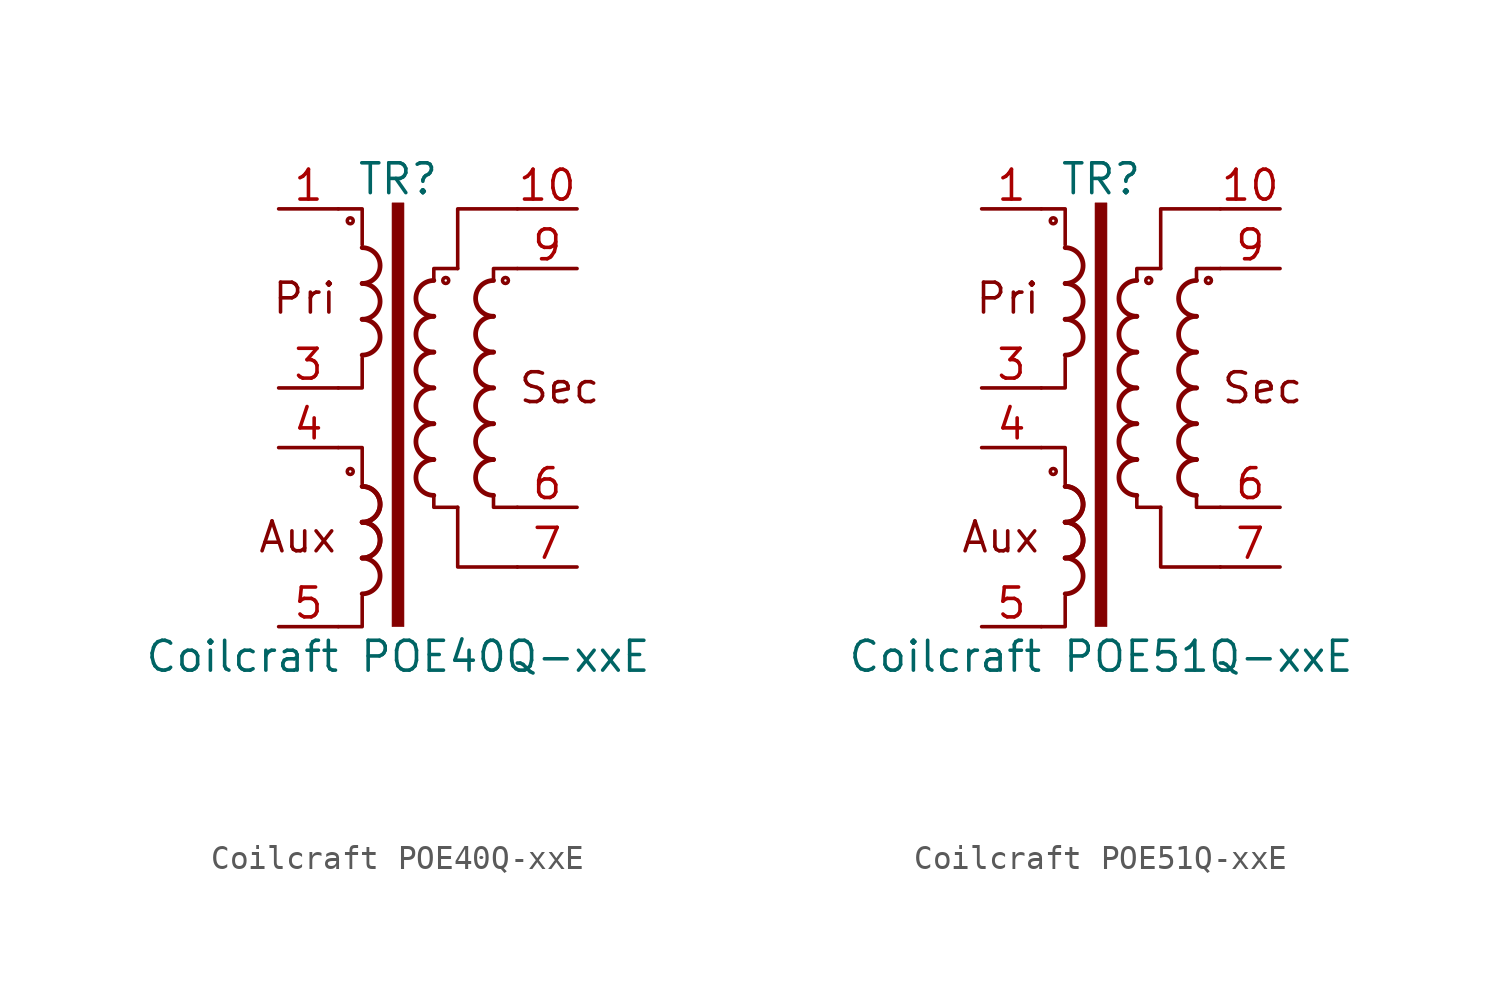
<source format=kicad_sym>
(kicad_symbol_lib
  (version 20220914)
  (generator kicad_symbol_editor)
  (symbol "Coilcraft POE40Q-xxE"
    (property "Reference" "TR"
      (at 0 8.89 0)
      (effects (font (size 1.27 1.27))))
    (property "Value" "Coilcraft POE40Q-xxE"
      (at 0 -11.43 0)
      (effects (font (size 1.27 1.27))))
    (symbol "Coilcraft POE40Q-xxE_0_1"
      (circle (center -2.032 -3.556) (radius 0.127) (stroke (width 0) (type default)) (fill (type none)))
      (circle (center -2.032 7.112) (radius 0.127) (stroke (width 0) (type default)) (fill (type none)))
      (arc (start -1.524 -8.763) (mid -0.7653 -8.001) (end -1.524 -7.239) (stroke (width 0.2032) (type default)) (fill (type none)))
      (arc (start -1.524 -7.239) (mid -0.7653 -6.477) (end -1.524 -5.715) (stroke (width 0.2032) (type default)) (fill (type none)))
      (arc (start -1.524 -7.239) (mid -0.7653 -6.477) (end -1.524 -5.715) (stroke (width 0.2032) (type default)) (fill (type none)))
      (arc (start -1.524 -5.715) (mid -0.7653 -4.953) (end -1.524 -4.191) (stroke (width 0.2032) (type default)) (fill (type none)))
      (arc (start -1.524 -5.715) (mid -0.7653 -4.953) (end -1.524 -4.191) (stroke (width 0.2032) (type default)) (fill (type none)))
      (arc (start -1.524 1.397) (mid -0.7653 2.159) (end -1.524 2.921) (stroke (width 0.2032) (type default)) (fill (type none)))
      (arc (start -1.524 2.921) (mid -0.7653 3.683) (end -1.524 4.445) (stroke (width 0.2032) (type default)) (fill (type none)))
      (arc (start -1.524 4.445) (mid -0.7653 5.207) (end -1.524 5.969) (stroke (width 0.2032) (type default)) (fill (type none)))
      (rectangle (start -0.254 7.874) (end 0.254 -10.16) (stroke (width 0.025) (type default)) (fill (type outline)))
      (polyline (pts (xy -2.54 -2.54) (xy -1.524 -2.54) (xy -1.524 -4.064)) (stroke (width 0) (type default)) (fill (type none)))
      (polyline (pts (xy -2.54 0) (xy -1.524 0) (xy -1.524 1.27)) (stroke (width 0) (type default)) (fill (type none)))
      (polyline (pts (xy -2.54 7.62) (xy -1.524 7.62) (xy -1.524 6.096)) (stroke (width 0) (type default)) (fill (type none)))
      (polyline (pts (xy -1.524 -8.89) (xy -1.524 -10.16) (xy -2.54 -10.16)) (stroke (width 0) (type default)) (fill (type none)))
      (polyline (pts (xy 1.524 -4.572) (xy 1.524 -5.08) (xy 2.54 -5.08)) (stroke (width 0) (type default)) (fill (type none)))
      (polyline (pts (xy 1.524 4.572) (xy 1.524 5.08) (xy 2.54 5.08)) (stroke (width 0) (type default)) (fill (type none)))
      (polyline (pts (xy 2.54 -5.08) (xy 2.54 -7.62) (xy 5.08 -7.62)) (stroke (width 0) (type default)) (fill (type none)))
      (polyline (pts (xy 2.54 5.08) (xy 2.54 7.62) (xy 5.08 7.62)) (stroke (width 0) (type default)) (fill (type none)))
      (polyline (pts (xy 4.064 -4.572) (xy 4.064 -5.08) (xy 5.08 -5.08)) (stroke (width 0) (type default)) (fill (type none)))
      (polyline (pts (xy 4.064 4.572) (xy 4.064 5.08) (xy 5.08 5.08)) (stroke (width 0) (type default)) (fill (type none)))
      (arc (start 1.524 -3.048) (mid 0.7653 -3.81) (end 1.524 -4.572) (stroke (width 0.2032) (type default)) (fill (type none)))
      (arc (start 1.524 -1.524) (mid 0.7653 -2.286) (end 1.524 -3.048) (stroke (width 0.2032) (type default)) (fill (type none)))
      (arc (start 1.524 0) (mid 0.7653 -0.762) (end 1.524 -1.524) (stroke (width 0.2032) (type default)) (fill (type none)))
      (arc (start 1.524 1.524) (mid 0.7653 0.762) (end 1.524 0) (stroke (width 0.2032) (type default)) (fill (type none)))
      (arc (start 1.524 3.048) (mid 0.7653 2.286) (end 1.524 1.524) (stroke (width 0.2032) (type default)) (fill (type none)))
      (arc (start 1.524 4.572) (mid 0.7653 3.81) (end 1.524 3.048) (stroke (width 0.2032) (type default)) (fill (type none)))
      (circle (center 2.032 4.572) (radius 0.127) (stroke (width 0) (type default)) (fill (type none)))
      (arc (start 4.064 -3.048) (mid 3.3053 -3.81) (end 4.064 -4.572) (stroke (width 0.2032) (type default)) (fill (type none)))
      (arc (start 4.064 -1.524) (mid 3.3053 -2.286) (end 4.064 -3.048) (stroke (width 0.2032) (type default)) (fill (type none)))
      (arc (start 4.064 0) (mid 3.3053 -0.762) (end 4.064 -1.524) (stroke (width 0.2032) (type default)) (fill (type none)))
      (arc (start 4.064 1.524) (mid 3.3053 0.762) (end 4.064 0) (stroke (width 0.2032) (type default)) (fill (type none)))
      (arc (start 4.064 3.048) (mid 3.3053 2.286) (end 4.064 1.524) (stroke (width 0.2032) (type default)) (fill (type none)))
      (arc (start 4.064 4.572) (mid 3.3053 3.81) (end 4.064 3.048) (stroke (width 0.2032) (type default)) (fill (type none)))
      (circle (center 4.572 4.572) (radius 0.127) (stroke (width 0) (type default)) (fill (type none))))
    (symbol "Coilcraft POE40Q-xxE_1_1"
      (text "Aux" (at -2.54 -6.35 0) (effects (font (size 1.27 1.27)) (justify right)))
      (text "Pri" (at -2.54 3.81 0) (effects (font (size 1.27 1.27)) (justify right)))
      (text "Sec" (at 5.08 0 0) (effects (font (size 1.27 1.27)) (justify left)))
      (pin passive line (at -5.08 7.62 0) (length 2.54) (name "~" (effects (font (size 1.27 1.27)))) (number "1" (effects (font (size 1.27 1.27)))))
      (pin passive line (at 7.62 7.62 180) (length 2.54) (name "~" (effects (font (size 1.27 1.27)))) (number "10" (effects (font (size 1.27 1.27)))))
      (pin no_connect line (at 3.81 -13.97 0) (length 2.54) hide (name "~" (effects (font (size 1.27 1.27)))) (number "2" (effects (font (size 1.27 1.27)))))
      (pin passive line (at -5.08 0 0) (length 2.54) (name "~" (effects (font (size 1.27 1.27)))) (number "3" (effects (font (size 1.27 1.27)))))
      (pin passive line (at -5.08 -2.54 0) (length 2.54) (name "~" (effects (font (size 1.27 1.27)))) (number "4" (effects (font (size 1.27 1.27)))))
      (pin passive line (at -5.08 -10.16 0) (length 2.54) (name "~" (effects (font (size 1.27 1.27)))) (number "5" (effects (font (size 1.27 1.27)))))
      (pin passive line (at 7.62 -5.08 180) (length 2.54) (name "~" (effects (font (size 1.27 1.27)))) (number "6" (effects (font (size 1.27 1.27)))))
      (pin passive line (at 7.62 -7.62 180) (length 2.54) (name "~" (effects (font (size 1.27 1.27)))) (number "7" (effects (font (size 1.27 1.27)))))
      (pin no_connect line (at 3.81 -16.51 0) (length 2.54) hide (name "~" (effects (font (size 1.27 1.27)))) (number "8" (effects (font (size 1.27 1.27)))))
      (pin passive line (at 7.62 5.08 180) (length 2.54) (name "~" (effects (font (size 1.27 1.27)))) (number "9" (effects (font (size 1.27 1.27)))))))
  (symbol "Coilcraft POE51Q-xxE"
    (property "Reference" "TR"
      (at 0 8.89 0)
      (effects (font (size 1.27 1.27))))
    (property "Value" "Coilcraft POE51Q-xxE"
      (at 0 -11.43 0)
      (effects (font (size 1.27 1.27))))
    (symbol "Coilcraft POE51Q-xxE_0_1"
      (circle (center -2.032 -3.556) (radius 0.127) (stroke (width 0) (type default)) (fill (type none)))
      (circle (center -2.032 7.112) (radius 0.127) (stroke (width 0) (type default)) (fill (type none)))
      (arc (start -1.524 -8.763) (mid -0.7653 -8.001) (end -1.524 -7.239) (stroke (width 0.2032) (type default)) (fill (type none)))
      (arc (start -1.524 -7.239) (mid -0.7653 -6.477) (end -1.524 -5.715) (stroke (width 0.2032) (type default)) (fill (type none)))
      (arc (start -1.524 -7.239) (mid -0.7653 -6.477) (end -1.524 -5.715) (stroke (width 0.2032) (type default)) (fill (type none)))
      (arc (start -1.524 -5.715) (mid -0.7653 -4.953) (end -1.524 -4.191) (stroke (width 0.2032) (type default)) (fill (type none)))
      (arc (start -1.524 -5.715) (mid -0.7653 -4.953) (end -1.524 -4.191) (stroke (width 0.2032) (type default)) (fill (type none)))
      (arc (start -1.524 1.397) (mid -0.7653 2.159) (end -1.524 2.921) (stroke (width 0.2032) (type default)) (fill (type none)))
      (arc (start -1.524 2.921) (mid -0.7653 3.683) (end -1.524 4.445) (stroke (width 0.2032) (type default)) (fill (type none)))
      (arc (start -1.524 4.445) (mid -0.7653 5.207) (end -1.524 5.969) (stroke (width 0.2032) (type default)) (fill (type none)))
      (rectangle (start -0.254 7.874) (end 0.254 -10.16) (stroke (width 0.025) (type default)) (fill (type outline)))
      (polyline (pts (xy -2.54 -2.54) (xy -1.524 -2.54) (xy -1.524 -4.064)) (stroke (width 0) (type default)) (fill (type none)))
      (polyline (pts (xy -2.54 0) (xy -1.524 0) (xy -1.524 1.27)) (stroke (width 0) (type default)) (fill (type none)))
      (polyline (pts (xy -2.54 7.62) (xy -1.524 7.62) (xy -1.524 6.096)) (stroke (width 0) (type default)) (fill (type none)))
      (polyline (pts (xy -1.524 -8.89) (xy -1.524 -10.16) (xy -2.54 -10.16)) (stroke (width 0) (type default)) (fill (type none)))
      (polyline (pts (xy 1.524 -4.572) (xy 1.524 -5.08) (xy 2.54 -5.08)) (stroke (width 0) (type default)) (fill (type none)))
      (polyline (pts (xy 1.524 4.572) (xy 1.524 5.08) (xy 2.54 5.08)) (stroke (width 0) (type default)) (fill (type none)))
      (polyline (pts (xy 2.54 -5.08) (xy 2.54 -7.62) (xy 5.08 -7.62)) (stroke (width 0) (type default)) (fill (type none)))
      (polyline (pts (xy 2.54 5.08) (xy 2.54 7.62) (xy 5.08 7.62)) (stroke (width 0) (type default)) (fill (type none)))
      (polyline (pts (xy 4.064 -4.572) (xy 4.064 -5.08) (xy 5.08 -5.08)) (stroke (width 0) (type default)) (fill (type none)))
      (polyline (pts (xy 4.064 4.572) (xy 4.064 5.08) (xy 5.08 5.08)) (stroke (width 0) (type default)) (fill (type none)))
      (arc (start 1.524 -3.048) (mid 0.7653 -3.81) (end 1.524 -4.572) (stroke (width 0.2032) (type default)) (fill (type none)))
      (arc (start 1.524 -1.524) (mid 0.7653 -2.286) (end 1.524 -3.048) (stroke (width 0.2032) (type default)) (fill (type none)))
      (arc (start 1.524 0) (mid 0.7653 -0.762) (end 1.524 -1.524) (stroke (width 0.2032) (type default)) (fill (type none)))
      (arc (start 1.524 1.524) (mid 0.7653 0.762) (end 1.524 0) (stroke (width 0.2032) (type default)) (fill (type none)))
      (arc (start 1.524 3.048) (mid 0.7653 2.286) (end 1.524 1.524) (stroke (width 0.2032) (type default)) (fill (type none)))
      (arc (start 1.524 4.572) (mid 0.7653 3.81) (end 1.524 3.048) (stroke (width 0.2032) (type default)) (fill (type none)))
      (circle (center 2.032 4.572) (radius 0.127) (stroke (width 0) (type default)) (fill (type none)))
      (arc (start 4.064 -3.048) (mid 3.3053 -3.81) (end 4.064 -4.572) (stroke (width 0.2032) (type default)) (fill (type none)))
      (arc (start 4.064 -1.524) (mid 3.3053 -2.286) (end 4.064 -3.048) (stroke (width 0.2032) (type default)) (fill (type none)))
      (arc (start 4.064 0) (mid 3.3053 -0.762) (end 4.064 -1.524) (stroke (width 0.2032) (type default)) (fill (type none)))
      (arc (start 4.064 1.524) (mid 3.3053 0.762) (end 4.064 0) (stroke (width 0.2032) (type default)) (fill (type none)))
      (arc (start 4.064 3.048) (mid 3.3053 2.286) (end 4.064 1.524) (stroke (width 0.2032) (type default)) (fill (type none)))
      (arc (start 4.064 4.572) (mid 3.3053 3.81) (end 4.064 3.048) (stroke (width 0.2032) (type default)) (fill (type none)))
      (circle (center 4.572 4.572) (radius 0.127) (stroke (width 0) (type default)) (fill (type none))))
    (symbol "Coilcraft POE51Q-xxE_1_1"
      (text "Aux" (at -2.54 -6.35 0) (effects (font (size 1.27 1.27)) (justify right)))
      (text "Pri" (at -2.54 3.81 0) (effects (font (size 1.27 1.27)) (justify right)))
      (text "Sec" (at 5.08 0 0) (effects (font (size 1.27 1.27)) (justify left)))
      (pin passive line (at -5.08 7.62 0) (length 2.54) (name "~" (effects (font (size 1.27 1.27)))) (number "1" (effects (font (size 1.27 1.27)))))
      (pin passive line (at 7.62 7.62 180) (length 2.54) (name "~" (effects (font (size 1.27 1.27)))) (number "10" (effects (font (size 1.27 1.27)))))
      (pin no_connect line (at 3.81 -13.97 0) (length 2.54) hide (name "~" (effects (font (size 1.27 1.27)))) (number "2" (effects (font (size 1.27 1.27)))))
      (pin passive line (at -5.08 0 0) (length 2.54) (name "~" (effects (font (size 1.27 1.27)))) (number "3" (effects (font (size 1.27 1.27)))))
      (pin passive line (at -5.08 -2.54 0) (length 2.54) (name "~" (effects (font (size 1.27 1.27)))) (number "4" (effects (font (size 1.27 1.27)))))
      (pin passive line (at -5.08 -10.16 0) (length 2.54) (name "~" (effects (font (size 1.27 1.27)))) (number "5" (effects (font (size 1.27 1.27)))))
      (pin passive line (at 7.62 -5.08 180) (length 2.54) (name "~" (effects (font (size 1.27 1.27)))) (number "6" (effects (font (size 1.27 1.27)))))
      (pin passive line (at 7.62 -7.62 180) (length 2.54) (name "~" (effects (font (size 1.27 1.27)))) (number "7" (effects (font (size 1.27 1.27)))))
      (pin no_connect line (at 3.81 -16.51 0) (length 2.54) hide (name "~" (effects (font (size 1.27 1.27)))) (number "8" (effects (font (size 1.27 1.27)))))
      (pin passive line (at 7.62 5.08 180) (length 2.54) (name "~" (effects (font (size 1.27 1.27)))) (number "9" (effects (font (size 1.27 1.27))))))))
</source>
